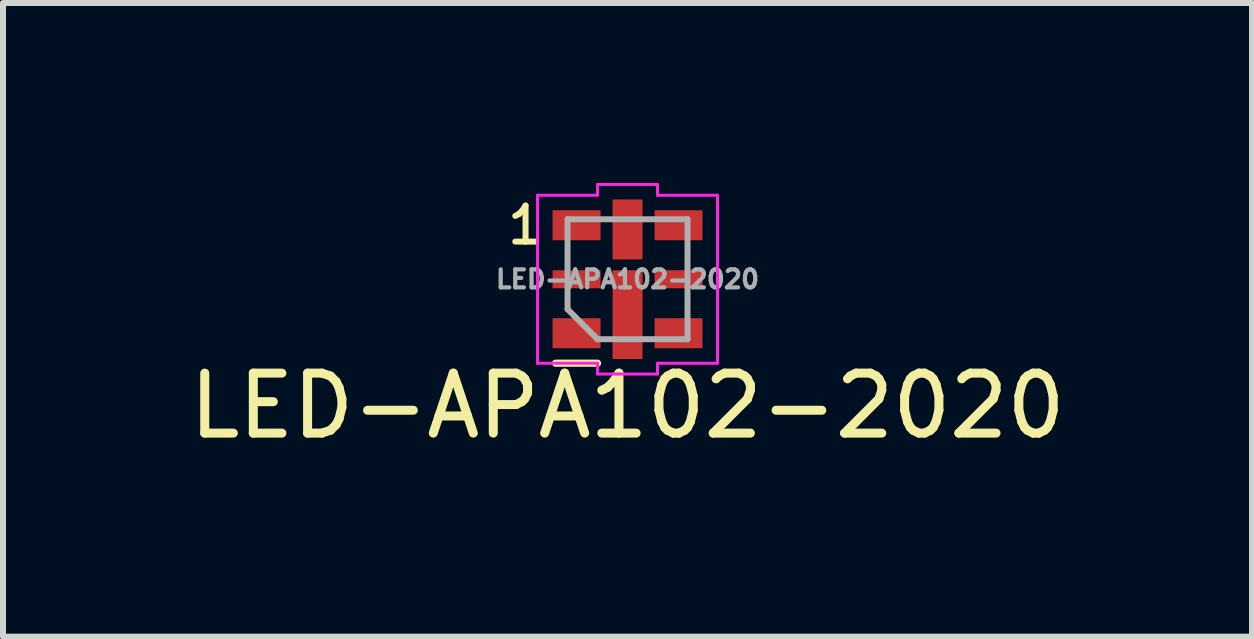
<source format=kicad_pcb>
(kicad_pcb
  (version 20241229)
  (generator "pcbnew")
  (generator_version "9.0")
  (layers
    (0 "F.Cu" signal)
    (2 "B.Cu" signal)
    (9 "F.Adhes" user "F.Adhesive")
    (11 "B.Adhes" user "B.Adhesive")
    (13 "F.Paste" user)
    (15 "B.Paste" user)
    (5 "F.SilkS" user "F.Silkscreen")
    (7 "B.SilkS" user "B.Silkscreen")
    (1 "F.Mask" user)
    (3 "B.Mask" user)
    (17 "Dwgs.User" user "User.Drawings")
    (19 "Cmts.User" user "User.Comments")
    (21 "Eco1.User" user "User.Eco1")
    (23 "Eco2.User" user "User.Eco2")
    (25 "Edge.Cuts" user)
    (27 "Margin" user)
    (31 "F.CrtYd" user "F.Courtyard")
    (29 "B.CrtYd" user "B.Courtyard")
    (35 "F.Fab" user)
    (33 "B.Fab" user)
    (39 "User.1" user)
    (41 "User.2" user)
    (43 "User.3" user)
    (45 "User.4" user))
  (footprint "LED-APA102-2020"
    (layer "F.Cu")
    (at 7.411 1.605)
    (property "Reference" "LED-APA102-2020" (at 0 2.11 0) (layer "F.SilkS") (effects (font (size 1 1) (thickness 0.15))))
    (attr smd)
    (fp_line (start -1.2 1.4) (end -0.5 1.4) (stroke (width 0.12) (type solid)) (layer "F.SilkS"))
    (fp_line (start -1.5 -1.4) (end -1.5 1.4) (stroke (width 0.05) (type solid)) (layer "F.CrtYd"))
    (fp_line (start -1.5 -1.4) (end -0.5 -1.4) (stroke (width 0.05) (type solid)) (layer "F.CrtYd"))
    (fp_line (start -0.5 -1.58) (end 0.5 -1.58) (stroke (width 0.05) (type solid)) (layer "F.CrtYd"))
    (fp_line (start -0.5 -1.4) (end -0.5 -1.58) (stroke (width 0.05) (type solid)) (layer "F.CrtYd"))
    (fp_line (start -0.5 1.4) (end -1.5 1.4) (stroke (width 0.05) (type solid)) (layer "F.CrtYd"))
    (fp_line (start -0.5 1.4) (end -0.5 1.58) (stroke (width 0.05) (type solid)) (layer "F.CrtYd"))
    (fp_line (start -0.5 1.58) (end 0.5 1.58) (stroke (width 0.05) (type solid)) (layer "F.CrtYd"))
    (fp_line (start 0.5 -1.58) (end 0.5 -1.4) (stroke (width 0.05) (type solid)) (layer "F.CrtYd"))
    (fp_line (start 0.5 -1.4) (end 1.5 -1.4) (stroke (width 0.05) (type solid)) (layer "F.CrtYd"))
    (fp_line (start 0.5 1.58) (end 0.5 1.4) (stroke (width 0.05) (type solid)) (layer "F.CrtYd"))
    (fp_line (start 1.5 -1.4) (end 1.5 1.4) (stroke (width 0.05) (type solid)) (layer "F.CrtYd"))
    (fp_line (start 1.5 1.4) (end 0.5 1.4) (stroke (width 0.05) (type solid)) (layer "F.CrtYd"))
    (fp_line (start -1 -1) (end 1 -1) (stroke (width 0.1) (type solid)) (layer "F.Fab"))
    (fp_line (start -1 0.5) (end -1 -1) (stroke (width 0.1) (type solid)) (layer "F.Fab"))
    (fp_line (start -1 0.5) (end -0.5 1) (stroke (width 0.1) (type solid)) (layer "F.Fab"))
    (fp_line (start 1 -1) (end 1 1) (stroke (width 0.1) (type solid)) (layer "F.Fab"))
    (fp_line (start 1 1) (end -0.5 1) (stroke (width 0.1) (type solid)) (layer "F.Fab"))
    (fp_text user "1" (at -1.7 -0.9 0) (layer "F.SilkS") (effects (font (size 0.6 0.6) (thickness 0.1))))
    (fp_text user "${REFERENCE}" (at 0 0 0) (layer "F.Fab") (effects (font (size 0.3 0.3) (thickness 0.07))))
    (pad "1" smd rect (at -0.85 -0.9) (size 0.8 0.5) (layers "F.Cu" "F.Mask" "F.Paste"))
    (pad "1" smd rect (at 0 -0.83 90) (size 1 0.5) (layers "F.Cu" "F.Mask" "F.Paste"))
    (pad "2" smd rect (at -0.85 0) (size 0.8 0.3) (layers "F.Cu" "F.Mask" "F.Paste"))
    (pad "3" smd rect (at -0.85 0.9) (size 0.8 0.5) (layers "F.Cu" "F.Mask" "F.Paste"))
    (pad "4" smd rect (at 0.85 0.9) (size 0.8 0.5) (layers "F.Cu" "F.Mask" "F.Paste"))
    (pad "5" smd rect (at 0.85 0) (size 0.8 0.3) (layers "F.Cu" "F.Mask" "F.Paste"))
    (pad "6" smd rect (at 0 0.59 90) (size 1.48 0.5) (layers "F.Cu" "F.Mask" "F.Paste"))
    (pad "6" smd rect (at 0.85 -0.9) (size 0.8 0.5) (layers "F.Cu" "F.Mask" "F.Paste")))
  (gr_rect
    (start -3 -3)
    (end 17.821 7.563)
    (stroke (width 0.1) (type default))
    (fill no)
    (layer "Edge.Cuts")))
</source>
